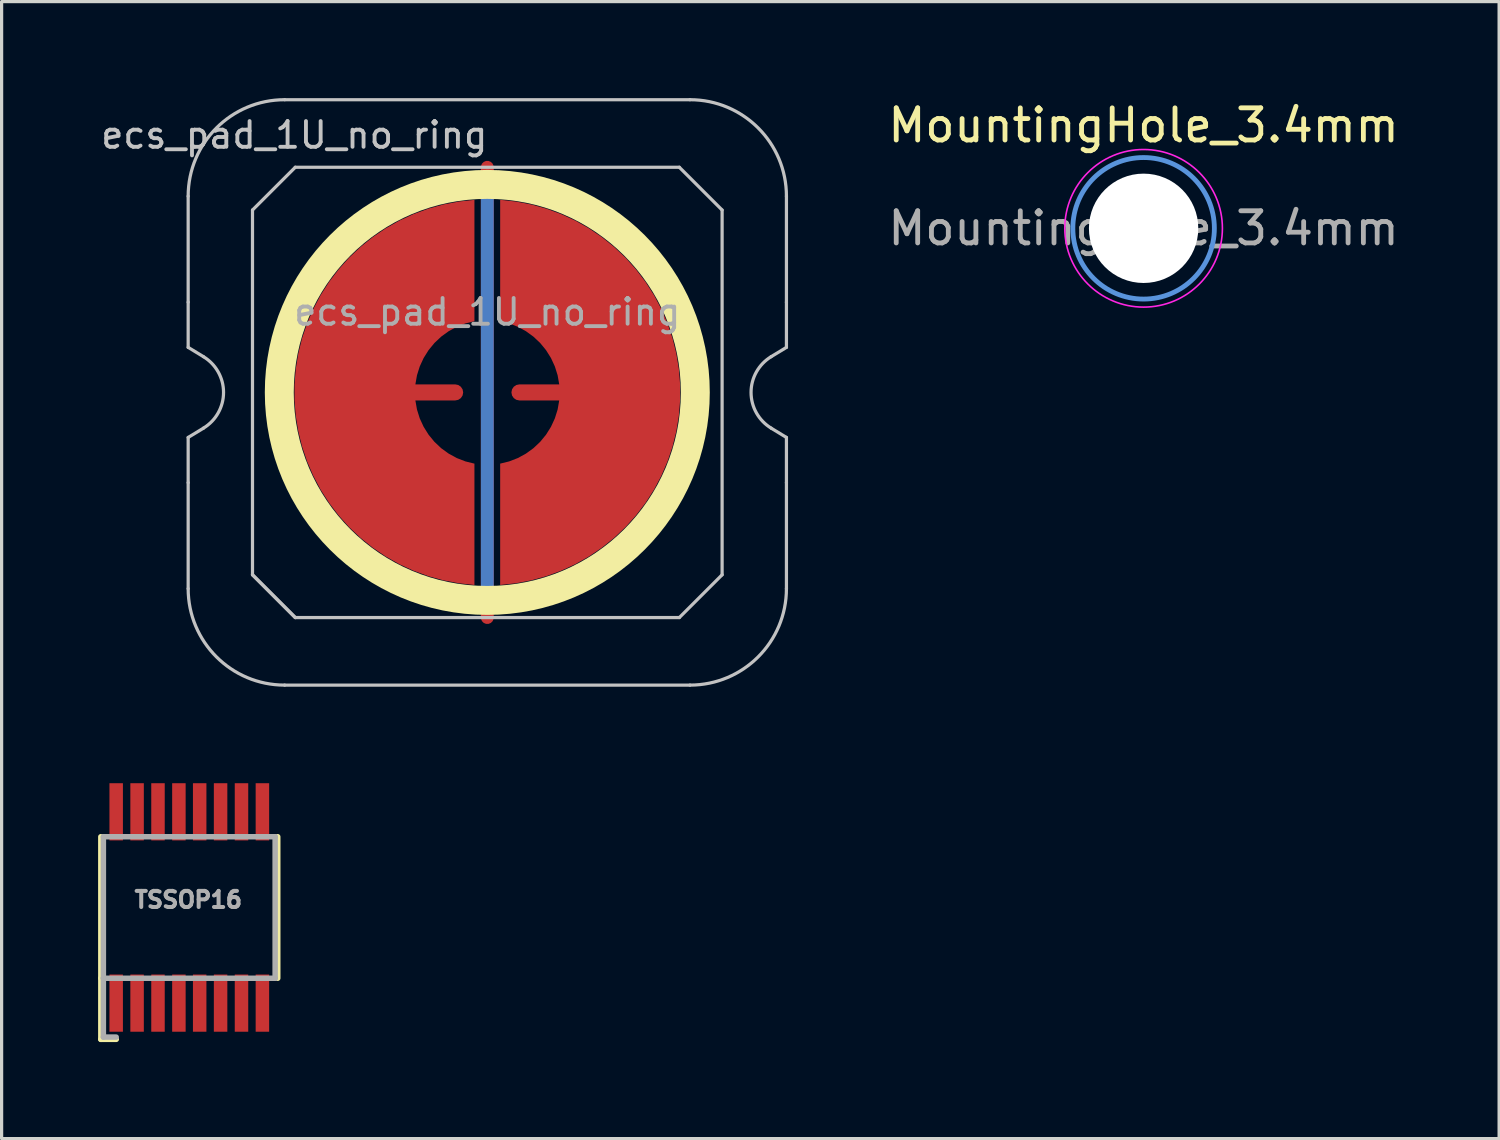
<source format=kicad_pcb>
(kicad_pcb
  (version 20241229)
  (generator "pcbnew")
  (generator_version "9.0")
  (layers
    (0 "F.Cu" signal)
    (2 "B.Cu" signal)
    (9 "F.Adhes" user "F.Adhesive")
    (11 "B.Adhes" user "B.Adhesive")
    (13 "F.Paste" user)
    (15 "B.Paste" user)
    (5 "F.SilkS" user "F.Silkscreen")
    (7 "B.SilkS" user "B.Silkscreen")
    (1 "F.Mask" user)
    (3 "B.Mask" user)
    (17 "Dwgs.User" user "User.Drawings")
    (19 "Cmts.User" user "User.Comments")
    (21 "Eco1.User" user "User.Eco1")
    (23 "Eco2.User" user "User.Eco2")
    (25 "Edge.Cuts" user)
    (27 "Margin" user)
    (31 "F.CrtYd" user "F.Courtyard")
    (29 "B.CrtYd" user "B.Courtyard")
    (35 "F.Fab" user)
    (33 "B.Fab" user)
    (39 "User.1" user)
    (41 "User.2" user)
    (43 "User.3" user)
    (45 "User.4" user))
  (footprint "MountingHole_3.4mm"
    (layer "F.Cu")
    (at 32.504 4.048)
    (property "Reference" "MountingHole_3.4mm" (at 0 -3.2 0) (layer "F.SilkS") (effects (font (size 1 1) (thickness 0.15))))
    (attr exclude_from_pos_files exclude_from_bom)
    (fp_circle (center 0 0) (end 2.2 0) (stroke (width 0.15) (type solid)) (fill no) (layer "Cmts.User"))
    (fp_circle (center 0 0) (end 2.45 0) (stroke (width 0.05) (type solid)) (fill no) (layer "F.CrtYd"))
    (fp_text user "${REFERENCE}" (at 0 0 0) (layer "F.Fab") (effects (font (size 1 1) (thickness 0.15))))
    (pad "" np_thru_hole circle (at 0 0) (size 3.4 3.4) (drill 3.4) (layers "*.Cu" "*.Mask")))
  (footprint "TSSOP16"
    (layer "F.Cu")
    (at 2.835 25.163)
    (property "Reference" "TSSOP16" (at -0.03 -0.24 0) (layer "F.Fab") (effects (font (size 0.5 0.5) (thickness 0.125))))
    (attr through_hole)
    (fp_line (start -2.75 -2.199) (end -2.75 2.2) (stroke (width 0.17) (type solid)) (layer "F.SilkS"))
    (fp_line (start -2.75 4.1) (end -2.75 2.2) (stroke (width 0.17) (type solid)) (layer "F.SilkS"))
    (fp_line (start -2.271 4.1) (end -2.75 4.1) (stroke (width 0.17) (type solid)) (layer "F.SilkS"))
    (fp_line (start 2.75 2.2) (end 2.75 -2.199) (stroke (width 0.17) (type solid)) (layer "F.SilkS"))
    (fp_line (start -2.671 -2.199) (end -2.671 2.2) (stroke (width 0.17) (type solid)) (layer "F.Fab"))
    (fp_line (start -2.671 2.2) (end 2.669 2.2) (stroke (width 0.17) (type solid)) (layer "F.Fab"))
    (fp_line (start -2.671 4.03) (end -2.671 2.2) (stroke (width 0.17) (type solid)) (layer "F.Fab"))
    (fp_line (start -2.272 4.03) (end -2.671 4.03) (stroke (width 0.17) (type solid)) (layer "F.Fab"))
    (fp_line (start 2.669 -2.199) (end -2.671 -2.199) (stroke (width 0.17) (type solid)) (layer "F.Fab"))
    (fp_line (start 2.669 2.2) (end 2.669 -2.199) (stroke (width 0.17) (type solid)) (layer "F.Fab"))
    (pad "1" smd rect (at -2.273 2.974 180) (size 0.419 1.778) (layers "F.Cu" "F.Mask" "F.Paste"))
    (pad "2" smd rect (at -1.623 2.974 180) (size 0.419 1.778) (layers "F.Cu" "F.Mask" "F.Paste"))
    (pad "3" smd rect (at -0.973 2.974 180) (size 0.419 1.778) (layers "F.Cu" "F.Mask" "F.Paste"))
    (pad "4" smd rect (at -0.323 2.974 180) (size 0.419 1.778) (layers "F.Cu" "F.Mask" "F.Paste"))
    (pad "5" smd rect (at 0.323 2.974 180) (size 0.419 1.778) (layers "F.Cu" "F.Mask" "F.Paste"))
    (pad "6" smd rect (at 0.973 2.974 180) (size 0.419 1.778) (layers "F.Cu" "F.Mask" "F.Paste"))
    (pad "7" smd rect (at 1.623 2.974 180) (size 0.419 1.778) (layers "F.Cu" "F.Mask" "F.Paste"))
    (pad "8" smd rect (at 2.273 2.974 180) (size 0.419 1.778) (layers "F.Cu" "F.Mask" "F.Paste"))
    (pad "9" smd rect (at 2.273 -2.974) (size 0.419 1.778) (layers "F.Cu" "F.Mask" "F.Paste"))
    (pad "10" smd rect (at 1.623 -2.974) (size 0.419 1.778) (layers "F.Cu" "F.Mask" "F.Paste"))
    (pad "11" smd rect (at 0.973 -2.974) (size 0.419 1.778) (layers "F.Cu" "F.Mask" "F.Paste"))
    (pad "12" smd rect (at 0.323 -2.974) (size 0.419 1.778) (layers "F.Cu" "F.Mask" "F.Paste"))
    (pad "13" smd rect (at -0.323 -2.974) (size 0.419 1.778) (layers "F.Cu" "F.Mask" "F.Paste"))
    (pad "14" smd rect (at -0.973 -2.974) (size 0.419 1.778) (layers "F.Cu" "F.Mask" "F.Paste"))
    (pad "15" smd rect (at -1.623 -2.974) (size 0.419 1.778) (layers "F.Cu" "F.Mask" "F.Paste"))
    (pad "16" smd rect (at -2.273 -2.974) (size 0.419 1.778) (layers "F.Cu" "F.Mask" "F.Paste")))
  (footprint "ecs_pad_1U_no_ring"
    (layer "F.Cu")
    (at 12.1 9.15)
    (property "Reference" "ecs_pad_1U_no_ring" (at -6 -8 0) (layer "Dwgs.User") (effects (font (size 0.8 0.8) (thickness 0.12))))
    (attr smd)
    (fp_circle (center 0 0) (end 6.467 0) (stroke (width 0.9) (type solid)) (fill no) (layer "F.SilkS"))
    (fp_line (start -9.3 -2.805) (end -9.3 -6.1) (stroke (width 0.1) (type solid)) (layer "Dwgs.User"))
    (fp_line (start -9.3 -1.4) (end -9.3 -2.805) (stroke (width 0.1) (type solid)) (layer "Dwgs.User"))
    (fp_line (start -9.3 1.4) (end -8.824 1.111) (stroke (width 0.1) (type solid)) (layer "Dwgs.User"))
    (fp_line (start -9.3 2.805) (end -9.3 1.4) (stroke (width 0.1) (type solid)) (layer "Dwgs.User"))
    (fp_line (start -9.3 6.1) (end -9.3 2.805) (stroke (width 0.1) (type solid)) (layer "Dwgs.User"))
    (fp_line (start -8.824 -1.111) (end -9.3 -1.4) (stroke (width 0.1) (type solid)) (layer "Dwgs.User"))
    (fp_line (start -7.3 -5.67) (end -5.97 -7) (stroke (width 0.1) (type solid)) (layer "Dwgs.User"))
    (fp_line (start -7.3 5.67) (end -7.3 -5.67) (stroke (width 0.1) (type solid)) (layer "Dwgs.User"))
    (fp_line (start -7.3 5.67) (end -5.97 7) (stroke (width 0.1) (type solid)) (layer "Dwgs.User"))
    (fp_line (start -6.3 -9.1) (end 6.3 -9.1) (stroke (width 0.1) (type solid)) (layer "Dwgs.User"))
    (fp_line (start -5.97 -7) (end 5.97 -7) (stroke (width 0.1) (type solid)) (layer "Dwgs.User"))
    (fp_line (start -5.97 7) (end -7.3 5.67) (stroke (width 0.1) (type solid)) (layer "Dwgs.User"))
    (fp_line (start 5.97 -7) (end 7.3 -5.67) (stroke (width 0.1) (type solid)) (layer "Dwgs.User"))
    (fp_line (start 5.97 7) (end -5.97 7) (stroke (width 0.1) (type solid)) (layer "Dwgs.User"))
    (fp_line (start 6.3 9.1) (end -6.3 9.1) (stroke (width 0.1) (type solid)) (layer "Dwgs.User"))
    (fp_line (start 7.3 -5.67) (end 7.3 5.67) (stroke (width 0.1) (type solid)) (layer "Dwgs.User"))
    (fp_line (start 7.3 5.67) (end 5.97 7) (stroke (width 0.1) (type solid)) (layer "Dwgs.User"))
    (fp_line (start 8.824 1.111) (end 9.3 1.4) (stroke (width 0.1) (type solid)) (layer "Dwgs.User"))
    (fp_line (start 9.3 -6.1) (end 9.3 -2.805) (stroke (width 0.1) (type solid)) (layer "Dwgs.User"))
    (fp_line (start 9.3 -2.805) (end 9.3 -1.4) (stroke (width 0.1) (type solid)) (layer "Dwgs.User"))
    (fp_line (start 9.3 -1.4) (end 8.824 -1.111) (stroke (width 0.1) (type solid)) (layer "Dwgs.User"))
    (fp_line (start 9.3 1.4) (end 9.3 2.805) (stroke (width 0.1) (type solid)) (layer "Dwgs.User"))
    (fp_line (start 9.3 2.805) (end 9.3 6.1) (stroke (width 0.1) (type solid)) (layer "Dwgs.User"))
    (fp_arc (start -9.3 -6.1) (mid -8.42132 -8.22132) (end -6.3 -9.1) (stroke (width 0.1) (type solid)) (layer "Dwgs.User"))
    (fp_arc (start -8.824333 -1.110619) (mid -8.2 0) (end -8.824333 1.110619) (stroke (width 0.1) (type solid)) (layer "Dwgs.User"))
    (fp_arc (start -6.3 9.1) (mid -8.42132 8.22132) (end -9.3 6.1) (stroke (width 0.1) (type solid)) (layer "Dwgs.User"))
    (fp_arc (start 6.3 -9.1) (mid 8.42132 -8.22132) (end 9.3 -6.1) (stroke (width 0.1) (type solid)) (layer "Dwgs.User"))
    (fp_arc (start 8.824333 1.110619) (mid 8.2 0) (end 8.824333 -1.110619) (stroke (width 0.1) (type solid)) (layer "Dwgs.User"))
    (fp_arc (start 9.3 6.1) (mid 8.42132 8.22132) (end 6.3 9.1) (stroke (width 0.1) (type solid)) (layer "Dwgs.User"))
    (fp_text user "${REFERENCE}" (at 0 -2.5 0) (layer "F.Fab") (effects (font (size 0.8 0.8) (thickness 0.12))))
    (pad "1" smd custom (at -1 0) (size 0.4 0.4) (layers "F.Cu") (options (anchor circle)) (primitives (gr_poly (pts (xy 0.6 -2.214) (xy 0.32 -2.145) (xy 0.052 -2.041) (xy -0.201 -1.903) (xy -0.434 -1.734) (xy -0.644 -1.536) (xy -0.826 -1.314) (xy -0.979 -1.07) (xy -1.1 -0.808) (xy -1.186 -0.534) (xy -1.236 -0.25) (xy 0 -0.25) (xy 0.096 -0.231) (xy 0.177 -0.177) (xy 0.231 -0.096) (xy 0.25 0) (xy 0.231 0.096) (xy 0.177 0.177) (xy 0.096 0.231) (xy 0 0.25) (xy -1.236 0.25) (xy -1.186 0.534) (xy -1.1 0.808) (xy -0.979 1.07) (xy -0.826 1.314) (xy -0.644 1.536) (xy -0.434 1.734) (xy -0.201 1.903) (xy 0.052 2.041) (xy 0.32 2.145) (xy 0.6 2.214) (xy 0.6 5.987) (xy 0.115 5.934) (xy -0.364 5.843) (xy -0.834 5.713) (xy -1.292 5.545) (xy -1.735 5.341) (xy -2.159 5.101) (xy -2.563 4.827) (xy -2.943 4.522) (xy -3.298 4.187) (xy -3.623 3.824) (xy -3.919 3.436) (xy -4.182 3.025) (xy -4.41 2.594) (xy -4.603 2.147) (xy -4.759 1.684) (xy -4.876 1.211) (xy -4.955 0.73) (xy -4.995 0.244) (xy -4.995 -0.244) (xy -4.955 -0.73) (xy -4.876 -1.211) (xy -4.759 -1.684) (xy -4.603 -2.147) (xy -4.41 -2.594) (xy -4.182 -3.025) (xy -3.919 -3.436) (xy -3.623 -3.824) (xy -3.298 -4.187) (xy -2.943 -4.522) (xy -2.563 -4.827) (xy -2.159 -5.101) (xy -1.735 -5.341) (xy -1.292 -5.545) (xy -0.834 -5.713) (xy -0.364 -5.843) (xy 0.115 -5.934) (xy 0.6 -5.987)) (width 0) (fill yes))))
    (pad "2" smd custom (at 1 0 180) (size 0.4 0.4) (layers "F.Cu") (options (anchor circle)) (primitives (gr_poly (pts (xy 0.6 -2.214) (xy 0.32 -2.145) (xy 0.052 -2.041) (xy -0.201 -1.903) (xy -0.434 -1.734) (xy -0.644 -1.536) (xy -0.826 -1.314) (xy -0.979 -1.07) (xy -1.1 -0.808) (xy -1.186 -0.534) (xy -1.236 -0.25) (xy 0 -0.25) (xy 0.096 -0.231) (xy 0.177 -0.177) (xy 0.231 -0.096) (xy 0.25 0) (xy 0.231 0.096) (xy 0.177 0.177) (xy 0.096 0.231) (xy 0 0.25) (xy -1.236 0.25) (xy -1.186 0.534) (xy -1.1 0.808) (xy -0.979 1.07) (xy -0.826 1.314) (xy -0.644 1.536) (xy -0.434 1.734) (xy -0.201 1.903) (xy 0.052 2.041) (xy 0.32 2.145) (xy 0.6 2.214) (xy 0.6 5.987) (xy 0.115 5.934) (xy -0.364 5.843) (xy -0.834 5.713) (xy -1.292 5.545) (xy -1.735 5.341) (xy -2.159 5.101) (xy -2.563 4.827) (xy -2.943 4.522) (xy -3.298 4.187) (xy -3.623 3.824) (xy -3.919 3.436) (xy -4.182 3.025) (xy -4.41 2.594) (xy -4.603 2.147) (xy -4.759 1.684) (xy -4.876 1.211) (xy -4.955 0.73) (xy -4.995 0.244) (xy -4.995 -0.244) (xy -4.955 -0.73) (xy -4.876 -1.211) (xy -4.759 -1.684) (xy -4.603 -2.147) (xy -4.41 -2.594) (xy -4.182 -3.025) (xy -3.919 -3.436) (xy -3.623 -3.824) (xy -3.298 -4.187) (xy -2.943 -4.522) (xy -2.563 -4.827) (xy -2.159 -5.101) (xy -1.735 -5.341) (xy -1.292 -5.545) (xy -0.834 -5.713) (xy -0.364 -5.843) (xy 0.115 -5.934) (xy 0.6 -5.987)) (width 0) (fill yes))))
    (pad "3" smd custom (at 0 0) (size 0.4 0.4) (layers "F.Cu") (options (anchor rect)) (primitives (gr_line (start 0 -7) (end 0 7) (width 0.4))))
    (pad "3" smd custom (at 0 0) (size 0.4 0.4) (layers "B.Cu") (options (anchor rect)) (primitives (gr_line (start 0 -6.5) (end 0 6.5) (width 0.4))))
    (zone (net_name "") (layer "F.Cu") (hatch edge 0.508) (connect_pads) (min_thickness 0.254) (filled_areas_thickness no) (keepout (tracks allowed) (vias allowed) (pads allowed) (copperpour not_allowed) (footprints allowed)) (placement (enabled no)) (fill) (polygon (pts (xy 19.105 9.15) (xy 19.086 8.637) (xy 19.03 8.127) (xy 18.936 7.622) (xy 18.806 7.125) (xy 18.64 6.64) (xy 18.438 6.167) (xy 18.203 5.711) (xy 17.935 5.274) (xy 17.635 4.857) (xy 17.306 4.463) (xy 16.948 4.094) (xy 16.565 3.753) (xy 16.158 3.44) (xy 15.729 3.158) (xy 15.28 2.909) (xy 14.815 2.692) (xy 14.334 2.511) (xy 13.842 2.365) (xy 13.34 2.256) (xy 12.832 2.183) (xy 12.32 2.149) (xy 11.807 2.151) (xy 11.295 2.192) (xy 10.787 2.269) (xy 10.287 2.384) (xy 9.796 2.535) (xy 9.318 2.721) (xy 8.855 2.942) (xy 8.409 3.197) (xy 7.983 3.483) (xy 7.579 3.8) (xy 7.199 4.145) (xy 6.846 4.518) (xy 6.52 4.915) (xy 6.225 5.335) (xy 5.962 5.775) (xy 5.731 6.234) (xy 5.534 6.708) (xy 5.373 7.196) (xy 5.248 7.694) (xy 5.16 8.199) (xy 5.109 8.71) (xy 5.095 9.223) (xy 5.12 9.736) (xy 5.181 10.246) (xy 5.28 10.75) (xy 5.416 11.245) (xy 5.587 11.729) (xy 5.793 12.199) (xy 6.034 12.652) (xy 6.306 13.087) (xy 6.61 13.501) (xy 6.944 13.891) (xy 7.305 14.256) (xy 7.692 14.594) (xy 8.102 14.902) (xy 8.534 15.179) (xy 8.985 15.424) (xy 9.453 15.636) (xy 9.935 15.812) (xy 10.429 15.953) (xy 10.932 16.057) (xy 11.441 16.124) (xy 11.953 16.153) (xy 12.467 16.145) (xy 12.978 16.1) (xy 13.485 16.017) (xy 13.984 15.897) (xy 14.473 15.741) (xy 14.949 15.549) (xy 15.41 15.323) (xy 15.853 15.064) (xy 16.276 14.774) (xy 16.677 14.453) (xy 17.053 14.103) (xy 17.403 13.727) (xy 17.724 13.326) (xy 18.014 12.903) (xy 18.273 12.46) (xy 18.499 11.999) (xy 18.691 11.523) (xy 18.847 11.034) (xy 18.967 10.535) (xy 19.05 10.028) (xy 19.095 9.517))))
    (zone (net_name "") (layer "B.Cu") (hatch edge 0.508) (connect_pads) (min_thickness 0.254) (filled_areas_thickness no) (keepout (tracks allowed) (vias allowed) (pads allowed) (copperpour not_allowed) (footprints allowed)) (placement (enabled no)) (fill) (polygon (pts (xy 18.658 9.15) (xy 18.638 8.635) (xy 18.578 8.124) (xy 18.477 7.619) (xy 18.337 7.123) (xy 18.159 6.64) (xy 17.943 6.173) (xy 17.692 5.723) (xy 17.406 5.295) (xy 17.087 4.891) (xy 16.737 4.513) (xy 16.359 4.163) (xy 15.955 3.844) (xy 15.527 3.558) (xy 15.077 3.307) (xy 14.61 3.091) (xy 14.127 2.913) (xy 13.631 2.773) (xy 13.126 2.672) (xy 12.615 2.612) (xy 12.1 2.592) (xy 11.585 2.612) (xy 11.074 2.672) (xy 10.569 2.773) (xy 10.073 2.913) (xy 9.59 3.091) (xy 9.123 3.307) (xy 8.673 3.558) (xy 8.245 3.844) (xy 7.841 4.163) (xy 7.463 4.513) (xy 7.113 4.891) (xy 6.794 5.295) (xy 6.508 5.723) (xy 6.257 6.173) (xy 6.041 6.64) (xy 5.863 7.123) (xy 5.723 7.619) (xy 5.622 8.124) (xy 5.562 8.635) (xy 5.542 9.15) (xy 5.562 9.665) (xy 5.622 10.176) (xy 5.723 10.681) (xy 5.863 11.177) (xy 6.041 11.66) (xy 6.257 12.127) (xy 6.508 12.577) (xy 6.794 13.005) (xy 7.113 13.409) (xy 7.463 13.787) (xy 7.841 14.137) (xy 8.245 14.456) (xy 8.673 14.742) (xy 9.123 14.993) (xy 9.59 15.209) (xy 10.073 15.387) (xy 10.569 15.527) (xy 11.074 15.628) (xy 11.585 15.688) (xy 12.1 15.708) (xy 12.615 15.688) (xy 13.126 15.628) (xy 13.631 15.527) (xy 14.127 15.387) (xy 14.61 15.209) (xy 15.077 14.993) (xy 15.527 14.742) (xy 15.955 14.456) (xy 16.359 14.137) (xy 16.737 13.787) (xy 17.087 13.409) (xy 17.406 13.005) (xy 17.692 12.577) (xy 17.943 12.127) (xy 18.159 11.66) (xy 18.337 11.177) (xy 18.477 10.681) (xy 18.578 10.176) (xy 18.638 9.665)))))
  (gr_rect
    (start -3 -3)
    (end 43.557 32.348)
    (stroke (width 0.1) (type default))
    (fill no)
    (layer "Edge.Cuts")))
</source>
